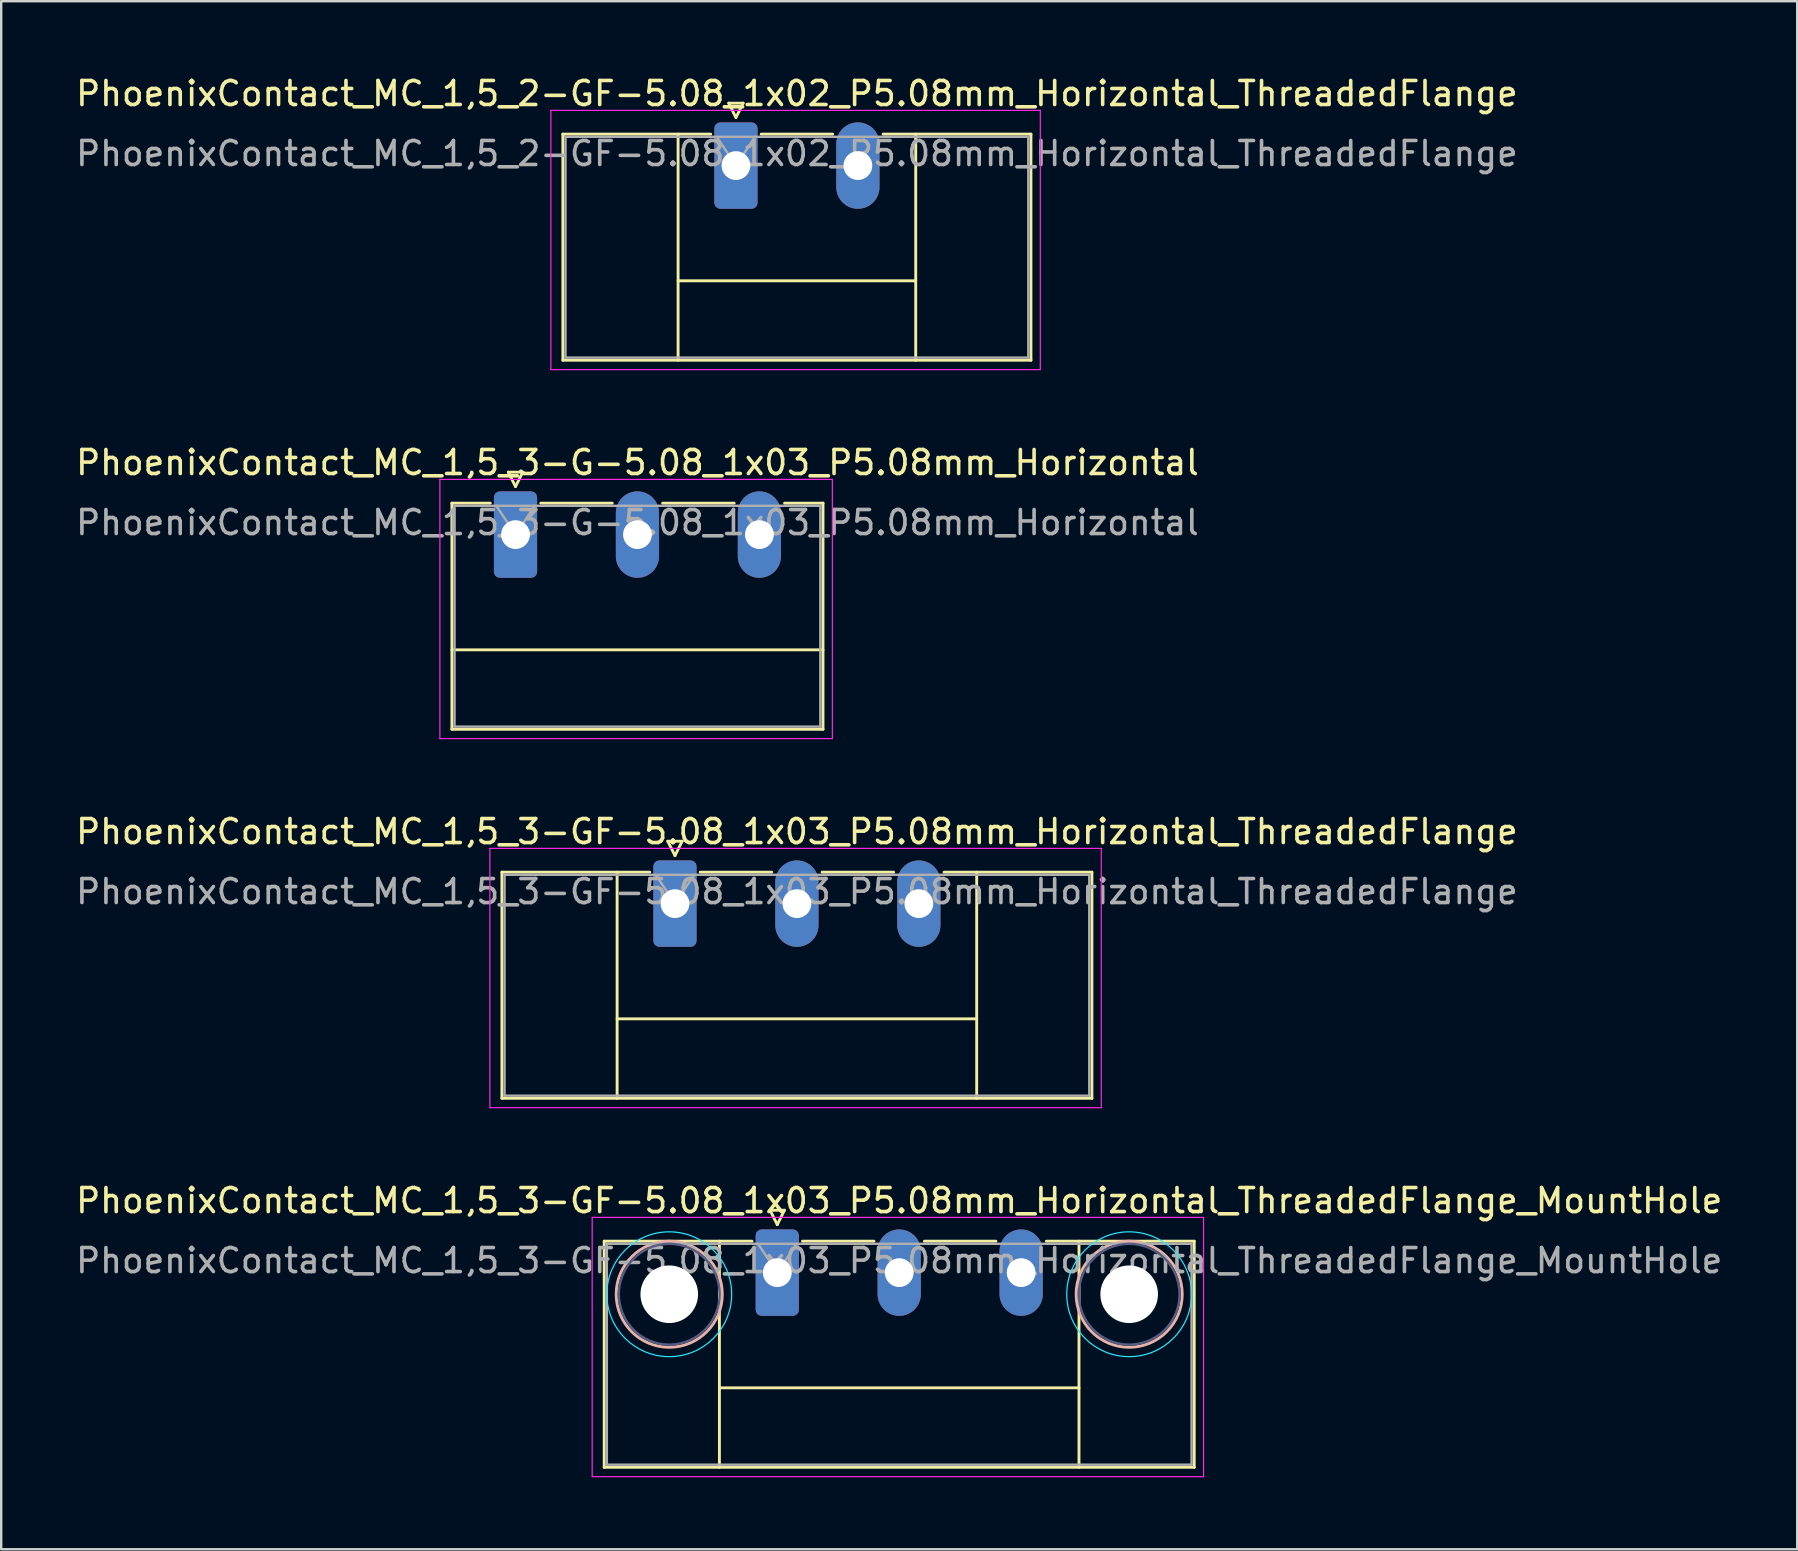
<source format=kicad_pcb>
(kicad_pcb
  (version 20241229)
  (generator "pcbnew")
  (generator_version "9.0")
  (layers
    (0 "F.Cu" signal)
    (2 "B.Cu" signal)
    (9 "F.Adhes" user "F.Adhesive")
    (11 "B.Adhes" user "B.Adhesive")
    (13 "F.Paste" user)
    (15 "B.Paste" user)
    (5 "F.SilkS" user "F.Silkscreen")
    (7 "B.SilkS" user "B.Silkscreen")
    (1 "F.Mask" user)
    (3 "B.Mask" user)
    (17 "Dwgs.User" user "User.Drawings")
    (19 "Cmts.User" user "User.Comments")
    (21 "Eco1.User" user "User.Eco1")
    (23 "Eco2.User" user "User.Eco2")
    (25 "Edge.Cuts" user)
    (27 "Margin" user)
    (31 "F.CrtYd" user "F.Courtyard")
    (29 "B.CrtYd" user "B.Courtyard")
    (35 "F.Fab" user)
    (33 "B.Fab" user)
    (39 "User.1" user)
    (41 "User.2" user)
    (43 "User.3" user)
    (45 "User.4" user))
  (footprint "PhoenixContact_MC_1,5_3-G-5.08_1x03_P5.08mm_Horizontal"
    (layer "F.Cu")
    (at 18.426 19.221)
    (property "Reference" "PhoenixContact_MC_1,5_3-G-5.08_1x03_P5.08mm_Horizontal" (at 5.08 -3 0) (layer "F.SilkS") (effects (font (size 1 1) (thickness 0.15))))
    (attr through_hole)
    (fp_line (start -2.65 -1.31) (end -2.65 8.11) (stroke (width 0.12) (type solid)) (layer "F.SilkS"))
    (fp_line (start -2.65 -1.31) (end -1.05 -1.31) (stroke (width 0.12) (type solid)) (layer "F.SilkS"))
    (fp_line (start -2.65 4.8) (end 12.81 4.8) (stroke (width 0.12) (type solid)) (layer "F.SilkS"))
    (fp_line (start -2.65 8.11) (end 12.81 8.11) (stroke (width 0.12) (type solid)) (layer "F.SilkS"))
    (fp_line (start -0.3 -2.6) (end 0.3 -2.6) (stroke (width 0.12) (type solid)) (layer "F.SilkS"))
    (fp_line (start 0 -2) (end -0.3 -2.6) (stroke (width 0.12) (type solid)) (layer "F.SilkS"))
    (fp_line (start 0.3 -2.6) (end 0 -2) (stroke (width 0.12) (type solid)) (layer "F.SilkS"))
    (fp_line (start 1.05 -1.31) (end 4.03 -1.31) (stroke (width 0.12) (type solid)) (layer "F.SilkS"))
    (fp_line (start 6.13 -1.31) (end 9.11 -1.31) (stroke (width 0.12) (type solid)) (layer "F.SilkS"))
    (fp_line (start 12.81 -1.31) (end 11.21 -1.31) (stroke (width 0.12) (type solid)) (layer "F.SilkS"))
    (fp_line (start 12.81 8.11) (end 12.81 -1.31) (stroke (width 0.12) (type solid)) (layer "F.SilkS"))
    (fp_line (start -3.15 -2.3) (end -3.15 8.5) (stroke (width 0.05) (type solid)) (layer "F.CrtYd"))
    (fp_line (start -3.15 8.5) (end 13.2 8.5) (stroke (width 0.05) (type solid)) (layer "F.CrtYd"))
    (fp_line (start 13.2 -2.3) (end -3.15 -2.3) (stroke (width 0.05) (type solid)) (layer "F.CrtYd"))
    (fp_line (start 13.2 8.5) (end 13.2 -2.3) (stroke (width 0.05) (type solid)) (layer "F.CrtYd"))
    (fp_line (start -2.54 -1.2) (end -2.54 8) (stroke (width 0.1) (type solid)) (layer "F.Fab"))
    (fp_line (start -2.54 8) (end 12.7 8) (stroke (width 0.1) (type solid)) (layer "F.Fab"))
    (fp_line (start 0 0) (end -0.8 -1.2) (stroke (width 0.1) (type solid)) (layer "F.Fab"))
    (fp_line (start 0.8 -1.2) (end 0 0) (stroke (width 0.1) (type solid)) (layer "F.Fab"))
    (fp_line (start 12.7 -1.2) (end -2.54 -1.2) (stroke (width 0.1) (type solid)) (layer "F.Fab"))
    (fp_line (start 12.7 8) (end 12.7 -1.2) (stroke (width 0.1) (type solid)) (layer "F.Fab"))
    (fp_text user "${REFERENCE}" (at 5.08 -0.5 0) (layer "F.Fab") (effects (font (size 1 1) (thickness 0.15))))
    (pad "1" thru_hole roundrect (at 0 0) (size 1.8 3.6) (drill 1.2) (layers "*.Cu" "*.Mask") (roundrect_rratio 0.139))
    (pad "2" thru_hole oval (at 5.08 0) (size 1.8 3.6) (drill 1.2) (layers "*.Cu" "*.Mask"))
    (pad "3" thru_hole oval (at 10.16 0) (size 1.8 3.6) (drill 1.2) (layers "*.Cu" "*.Mask")))
  (footprint "PhoenixContact_MC_1,5_3-GF-5.08_1x03_P5.08mm_Horizontal_ThreadedFlange"
    (layer "F.Cu")
    (at 25.069 34.595)
    (property "Reference" "PhoenixContact_MC_1,5_3-GF-5.08_1x03_P5.08mm_Horizontal_ThreadedFlange" (at 5.08 -3 0) (layer "F.SilkS") (effects (font (size 1 1) (thickness 0.15))))
    (attr through_hole)
    (fp_line (start -7.21 -1.31) (end -7.21 8.11) (stroke (width 0.12) (type solid)) (layer "F.SilkS"))
    (fp_line (start -7.21 -1.31) (end -1.05 -1.31) (stroke (width 0.12) (type solid)) (layer "F.SilkS"))
    (fp_line (start -7.21 8.11) (end 17.37 8.11) (stroke (width 0.12) (type solid)) (layer "F.SilkS"))
    (fp_line (start -2.41 -1.31) (end -2.41 8.11) (stroke (width 0.12) (type solid)) (layer "F.SilkS"))
    (fp_line (start -2.41 4.8) (end 12.57 4.8) (stroke (width 0.12) (type solid)) (layer "F.SilkS"))
    (fp_line (start -0.3 -2.6) (end 0.3 -2.6) (stroke (width 0.12) (type solid)) (layer "F.SilkS"))
    (fp_line (start 0 -2) (end -0.3 -2.6) (stroke (width 0.12) (type solid)) (layer "F.SilkS"))
    (fp_line (start 0.3 -2.6) (end 0 -2) (stroke (width 0.12) (type solid)) (layer "F.SilkS"))
    (fp_line (start 1.05 -1.31) (end 4.03 -1.31) (stroke (width 0.12) (type solid)) (layer "F.SilkS"))
    (fp_line (start 6.13 -1.31) (end 9.11 -1.31) (stroke (width 0.12) (type solid)) (layer "F.SilkS"))
    (fp_line (start 12.57 -1.31) (end 12.57 8.11) (stroke (width 0.12) (type solid)) (layer "F.SilkS"))
    (fp_line (start 17.37 -1.31) (end 11.21 -1.31) (stroke (width 0.12) (type solid)) (layer "F.SilkS"))
    (fp_line (start 17.37 8.11) (end 17.37 -1.31) (stroke (width 0.12) (type solid)) (layer "F.SilkS"))
    (fp_line (start -7.71 -2.3) (end -7.71 8.5) (stroke (width 0.05) (type solid)) (layer "F.CrtYd"))
    (fp_line (start -7.71 8.5) (end 17.76 8.5) (stroke (width 0.05) (type solid)) (layer "F.CrtYd"))
    (fp_line (start 17.76 -2.3) (end -7.71 -2.3) (stroke (width 0.05) (type solid)) (layer "F.CrtYd"))
    (fp_line (start 17.76 8.5) (end 17.76 -2.3) (stroke (width 0.05) (type solid)) (layer "F.CrtYd"))
    (fp_line (start -7.1 -1.2) (end -7.1 8) (stroke (width 0.1) (type solid)) (layer "F.Fab"))
    (fp_line (start -7.1 8) (end 17.26 8) (stroke (width 0.1) (type solid)) (layer "F.Fab"))
    (fp_line (start 0 0) (end -0.8 -1.2) (stroke (width 0.1) (type solid)) (layer "F.Fab"))
    (fp_line (start 0.8 -1.2) (end 0 0) (stroke (width 0.1) (type solid)) (layer "F.Fab"))
    (fp_line (start 17.26 -1.2) (end -7.1 -1.2) (stroke (width 0.1) (type solid)) (layer "F.Fab"))
    (fp_line (start 17.26 8) (end 17.26 -1.2) (stroke (width 0.1) (type solid)) (layer "F.Fab"))
    (fp_text user "${REFERENCE}" (at 5.08 -0.5 0) (layer "F.Fab") (effects (font (size 1 1) (thickness 0.15))))
    (pad "1" thru_hole roundrect (at 0 0) (size 1.8 3.6) (drill 1.2) (layers "*.Cu" "*.Mask") (roundrect_rratio 0.139))
    (pad "2" thru_hole oval (at 5.08 0) (size 1.8 3.6) (drill 1.2) (layers "*.Cu" "*.Mask"))
    (pad "3" thru_hole oval (at 10.16 0) (size 1.8 3.6) (drill 1.2) (layers "*.Cu" "*.Mask")))
  (footprint "PhoenixContact_MC_1,5_2-GF-5.08_1x02_P5.08mm_Horizontal_ThreadedFlange"
    (layer "F.Cu")
    (at 27.609 3.848)
    (property "Reference" "PhoenixContact_MC_1,5_2-GF-5.08_1x02_P5.08mm_Horizontal_ThreadedFlange" (at 2.54 -3 0) (layer "F.SilkS") (effects (font (size 1 1) (thickness 0.15))))
    (attr through_hole)
    (fp_line (start -7.21 -1.31) (end -7.21 8.11) (stroke (width 0.12) (type solid)) (layer "F.SilkS"))
    (fp_line (start -7.21 -1.31) (end -1.05 -1.31) (stroke (width 0.12) (type solid)) (layer "F.SilkS"))
    (fp_line (start -7.21 8.11) (end 12.29 8.11) (stroke (width 0.12) (type solid)) (layer "F.SilkS"))
    (fp_line (start -2.41 -1.31) (end -2.41 8.11) (stroke (width 0.12) (type solid)) (layer "F.SilkS"))
    (fp_line (start -2.41 4.8) (end 7.49 4.8) (stroke (width 0.12) (type solid)) (layer "F.SilkS"))
    (fp_line (start -0.3 -2.6) (end 0.3 -2.6) (stroke (width 0.12) (type solid)) (layer "F.SilkS"))
    (fp_line (start 0 -2) (end -0.3 -2.6) (stroke (width 0.12) (type solid)) (layer "F.SilkS"))
    (fp_line (start 0.3 -2.6) (end 0 -2) (stroke (width 0.12) (type solid)) (layer "F.SilkS"))
    (fp_line (start 1.05 -1.31) (end 4.03 -1.31) (stroke (width 0.12) (type solid)) (layer "F.SilkS"))
    (fp_line (start 7.49 -1.31) (end 7.49 8.11) (stroke (width 0.12) (type solid)) (layer "F.SilkS"))
    (fp_line (start 12.29 -1.31) (end 6.13 -1.31) (stroke (width 0.12) (type solid)) (layer "F.SilkS"))
    (fp_line (start 12.29 8.11) (end 12.29 -1.31) (stroke (width 0.12) (type solid)) (layer "F.SilkS"))
    (fp_line (start -7.71 -2.3) (end -7.71 8.5) (stroke (width 0.05) (type solid)) (layer "F.CrtYd"))
    (fp_line (start -7.71 8.5) (end 12.68 8.5) (stroke (width 0.05) (type solid)) (layer "F.CrtYd"))
    (fp_line (start 12.68 -2.3) (end -7.71 -2.3) (stroke (width 0.05) (type solid)) (layer "F.CrtYd"))
    (fp_line (start 12.68 8.5) (end 12.68 -2.3) (stroke (width 0.05) (type solid)) (layer "F.CrtYd"))
    (fp_line (start -7.1 -1.2) (end -7.1 8) (stroke (width 0.1) (type solid)) (layer "F.Fab"))
    (fp_line (start -7.1 8) (end 12.18 8) (stroke (width 0.1) (type solid)) (layer "F.Fab"))
    (fp_line (start 0 0) (end -0.8 -1.2) (stroke (width 0.1) (type solid)) (layer "F.Fab"))
    (fp_line (start 0.8 -1.2) (end 0 0) (stroke (width 0.1) (type solid)) (layer "F.Fab"))
    (fp_line (start 12.18 -1.2) (end -7.1 -1.2) (stroke (width 0.1) (type solid)) (layer "F.Fab"))
    (fp_line (start 12.18 8) (end 12.18 -1.2) (stroke (width 0.1) (type solid)) (layer "F.Fab"))
    (fp_text user "${REFERENCE}" (at 2.54 -0.5 0) (layer "F.Fab") (effects (font (size 1 1) (thickness 0.15))))
    (pad "1" thru_hole roundrect (at 0 0) (size 1.8 3.6) (drill 1.2) (layers "*.Cu" "*.Mask") (roundrect_rratio 0.139))
    (pad "2" thru_hole oval (at 5.08 0) (size 1.8 3.6) (drill 1.2) (layers "*.Cu" "*.Mask")))
  (footprint "PhoenixContact_MC_1,5_3-GF-5.08_1x03_P5.08mm_Horizontal_ThreadedFlange_MountHole"
    (layer "F.Cu")
    (at 29.331 49.968)
    (property "Reference" "PhoenixContact_MC_1,5_3-GF-5.08_1x03_P5.08mm_Horizontal_ThreadedFlange_MountHole" (at 5.08 -3 0) (layer "F.SilkS") (effects (font (size 1 1) (thickness 0.15))))
    (attr through_hole)
    (fp_line (start -7.21 -1.31) (end -7.21 8.11) (stroke (width 0.12) (type solid)) (layer "F.SilkS"))
    (fp_line (start -7.21 -1.31) (end -1.05 -1.31) (stroke (width 0.12) (type solid)) (layer "F.SilkS"))
    (fp_line (start -7.21 8.11) (end 17.37 8.11) (stroke (width 0.12) (type solid)) (layer "F.SilkS"))
    (fp_line (start -2.41 -1.31) (end -2.41 8.11) (stroke (width 0.12) (type solid)) (layer "F.SilkS"))
    (fp_line (start -2.41 4.8) (end 12.57 4.8) (stroke (width 0.12) (type solid)) (layer "F.SilkS"))
    (fp_line (start -0.3 -2.6) (end 0.3 -2.6) (stroke (width 0.12) (type solid)) (layer "F.SilkS"))
    (fp_line (start 0 -2) (end -0.3 -2.6) (stroke (width 0.12) (type solid)) (layer "F.SilkS"))
    (fp_line (start 0.3 -2.6) (end 0 -2) (stroke (width 0.12) (type solid)) (layer "F.SilkS"))
    (fp_line (start 1.05 -1.31) (end 4.03 -1.31) (stroke (width 0.12) (type solid)) (layer "F.SilkS"))
    (fp_line (start 6.13 -1.31) (end 9.11 -1.31) (stroke (width 0.12) (type solid)) (layer "F.SilkS"))
    (fp_line (start 12.57 -1.31) (end 12.57 8.11) (stroke (width 0.12) (type solid)) (layer "F.SilkS"))
    (fp_line (start 17.37 -1.31) (end 11.21 -1.31) (stroke (width 0.12) (type solid)) (layer "F.SilkS"))
    (fp_line (start 17.37 8.11) (end 17.37 -1.31) (stroke (width 0.12) (type solid)) (layer "F.SilkS"))
    (fp_circle (center -4.5 0.9) (end -2.29 0.9) (stroke (width 0.12) (type solid)) (fill no) (layer "B.SilkS"))
    (fp_circle (center 14.66 0.9) (end 16.87 0.9) (stroke (width 0.12) (type solid)) (fill no) (layer "B.SilkS"))
    (fp_circle (center -4.5 0.9) (end -1.9 0.9) (stroke (width 0.05) (type solid)) (fill no) (layer "B.CrtYd"))
    (fp_circle (center 14.66 0.9) (end 17.26 0.9) (stroke (width 0.05) (type solid)) (fill no) (layer "B.CrtYd"))
    (fp_line (start -7.71 -2.3) (end -7.71 8.5) (stroke (width 0.05) (type solid)) (layer "F.CrtYd"))
    (fp_line (start -7.71 8.5) (end 17.76 8.5) (stroke (width 0.05) (type solid)) (layer "F.CrtYd"))
    (fp_line (start 17.76 -2.3) (end -7.71 -2.3) (stroke (width 0.05) (type solid)) (layer "F.CrtYd"))
    (fp_line (start 17.76 8.5) (end 17.76 -2.3) (stroke (width 0.05) (type solid)) (layer "F.CrtYd"))
    (fp_circle (center -4.5 0.9) (end -2.4 0.9) (stroke (width 0.1) (type solid)) (fill no) (layer "B.Fab"))
    (fp_circle (center 14.66 0.9) (end 16.76 0.9) (stroke (width 0.1) (type solid)) (fill no) (layer "B.Fab"))
    (fp_line (start -7.1 -1.2) (end -7.1 8) (stroke (width 0.1) (type solid)) (layer "F.Fab"))
    (fp_line (start -7.1 8) (end 17.26 8) (stroke (width 0.1) (type solid)) (layer "F.Fab"))
    (fp_line (start 0 0) (end -0.8 -1.2) (stroke (width 0.1) (type solid)) (layer "F.Fab"))
    (fp_line (start 0.8 -1.2) (end 0 0) (stroke (width 0.1) (type solid)) (layer "F.Fab"))
    (fp_line (start 17.26 -1.2) (end -7.1 -1.2) (stroke (width 0.1) (type solid)) (layer "F.Fab"))
    (fp_line (start 17.26 8) (end 17.26 -1.2) (stroke (width 0.1) (type solid)) (layer "F.Fab"))
    (fp_text user "${REFERENCE}" (at 5.08 -0.5 0) (layer "F.Fab") (effects (font (size 1 1) (thickness 0.15))))
    (pad "" np_thru_hole circle (at -4.5 0.9) (size 2.4 2.4) (drill 2.4) (layers "*.Cu" "*.Mask"))
    (pad "" np_thru_hole circle (at 14.66 0.9) (size 2.4 2.4) (drill 2.4) (layers "*.Cu" "*.Mask"))
    (pad "1" thru_hole roundrect (at 0 0) (size 1.8 3.6) (drill 1.2) (layers "*.Cu" "*.Mask") (roundrect_rratio 0.139))
    (pad "2" thru_hole oval (at 5.08 0) (size 1.8 3.6) (drill 1.2) (layers "*.Cu" "*.Mask"))
    (pad "3" thru_hole oval (at 10.16 0) (size 1.8 3.6) (drill 1.2) (layers "*.Cu" "*.Mask")))
  (gr_rect
    (start -3 -3)
    (end 71.821 61.493)
    (stroke (width 0.1) (type default))
    (fill no)
    (layer "Edge.Cuts")))
</source>
